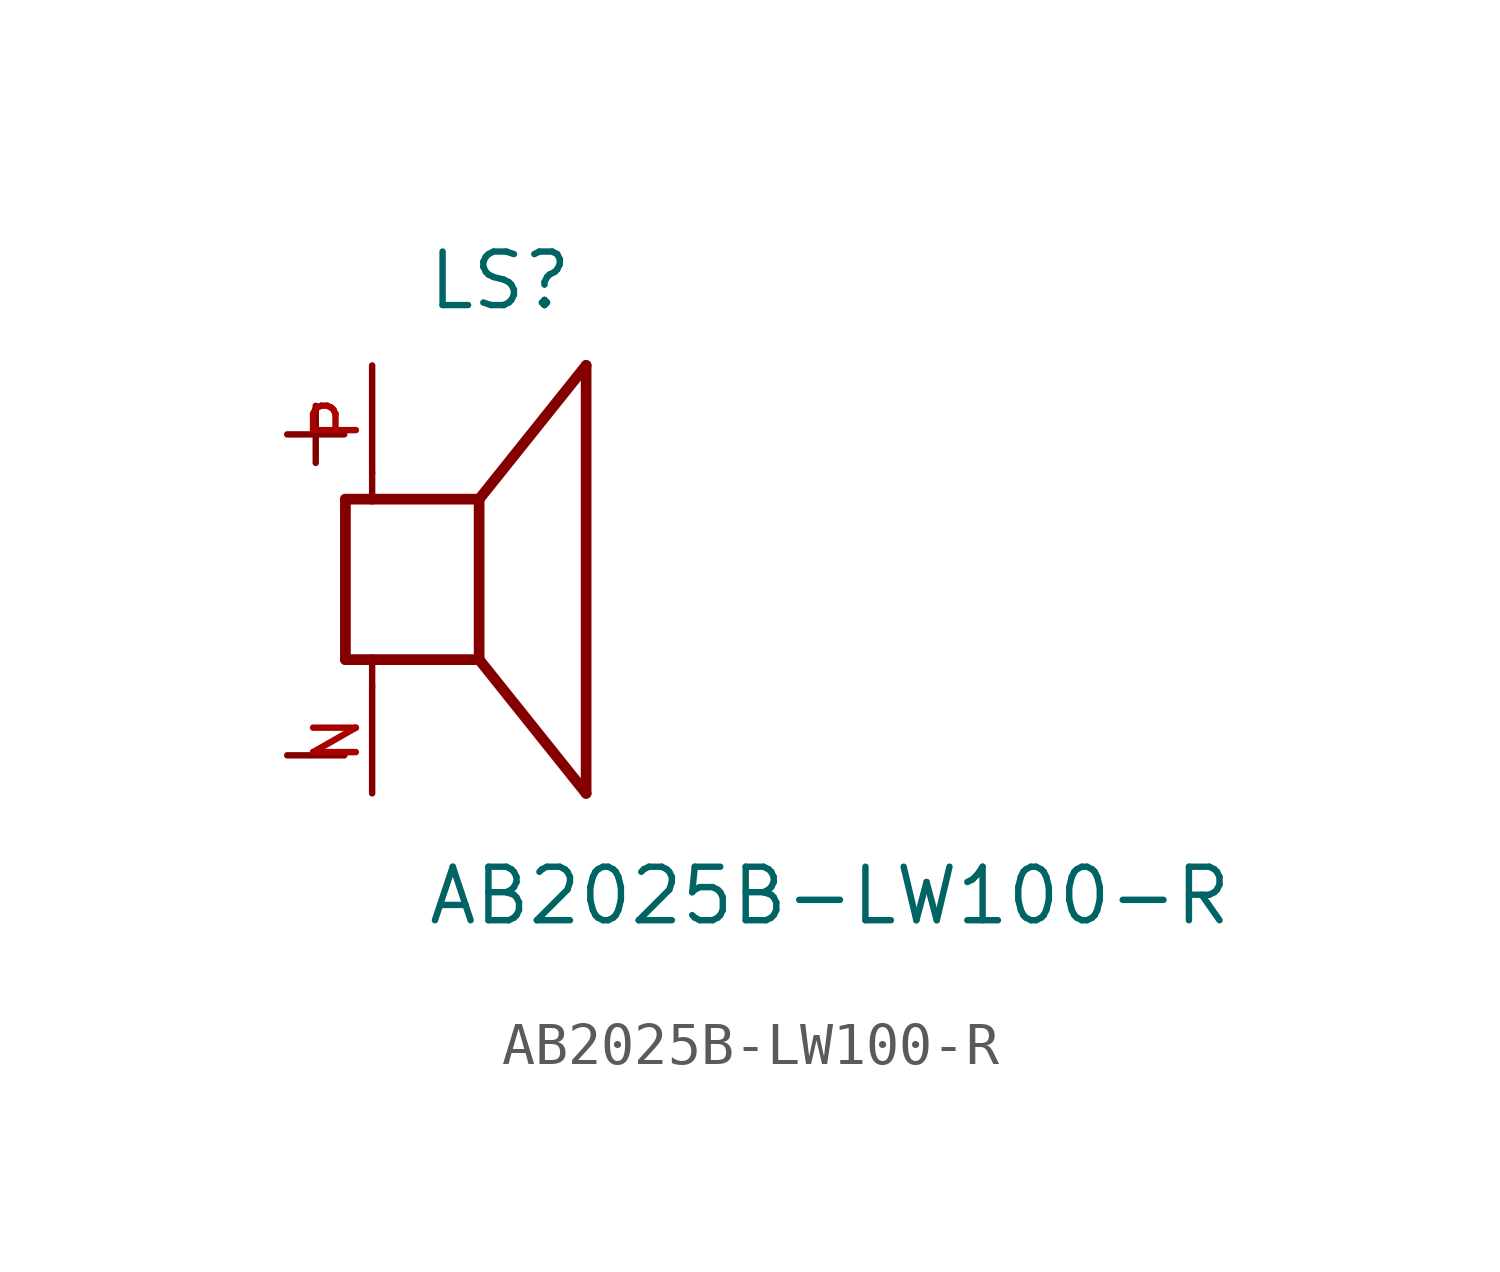
<source format=kicad_sym>
(kicad_symbol_lib
  (version 20211014)
  (generator kicad_symbol_editor)
  (symbol "AB2025B-LW100-R"
    (pin_names
      (offset 1.016))
    (property "Reference" "LS"
      (at -1.27 6.35 0)
      (effects (font (size 1.27 1.27)) (justify bottom left)))
    (property "Value" "AB2025B-LW100-R"
      (at -1.27 -8.255 0)
      (effects (font (size 1.27 1.27)) (justify bottom left)))
    (symbol "AB2025B-LW100-R_0_0"
      (polyline (pts (xy -3.175 1.905) (xy -3.175 -1.905)) (stroke (width 0.254)))
      (polyline (pts (xy -3.175 -1.905) (xy -2.54 -1.905)) (stroke (width 0.254)))
      (polyline (pts (xy 0.0 -1.905) (xy 0.0 1.905)) (stroke (width 0.254)))
      (polyline (pts (xy -3.175 1.905) (xy -2.54 1.905)) (stroke (width 0.254)))
      (polyline (pts (xy 0.0 -1.905) (xy 2.54 -5.08)) (stroke (width 0.254)))
      (polyline (pts (xy 2.54 -5.08) (xy 2.54 5.08)) (stroke (width 0.254)))
      (polyline (pts (xy 0.0 1.905) (xy 2.54 5.08)) (stroke (width 0.254)))
      (polyline (pts (xy -2.54 -2.54) (xy -2.54 -1.905)) (stroke (width 0.152)))
      (polyline (pts (xy -2.54 -1.905) (xy 0.0 -1.905)) (stroke (width 0.254)))
      (polyline (pts (xy -2.54 2.54) (xy -2.54 1.905)) (stroke (width 0.152)))
      (polyline (pts (xy -2.54 1.905) (xy 0.0 1.905)) (stroke (width 0.254)))
      (text "+" (at -5.08 2.54 0) (effects (font (size 1.778 1.778)) (justify bottom left)))
      (text "-" (at -5.08 -5.08 0) (effects (font (size 1.778 1.778)) (justify bottom left)))
      (pin passive line (at -2.54 -5.08 90.0) (length 2.54) (name "~" (effects (font (size 1.016 1.016)))) (number "N" (effects (font (size 1.016 1.016)))))
      (pin passive line (at -2.54 5.08 270.0) (length 2.54) (name "~" (effects (font (size 1.016 1.016)))) (number "P" (effects (font (size 1.016 1.016))))))))
</source>
